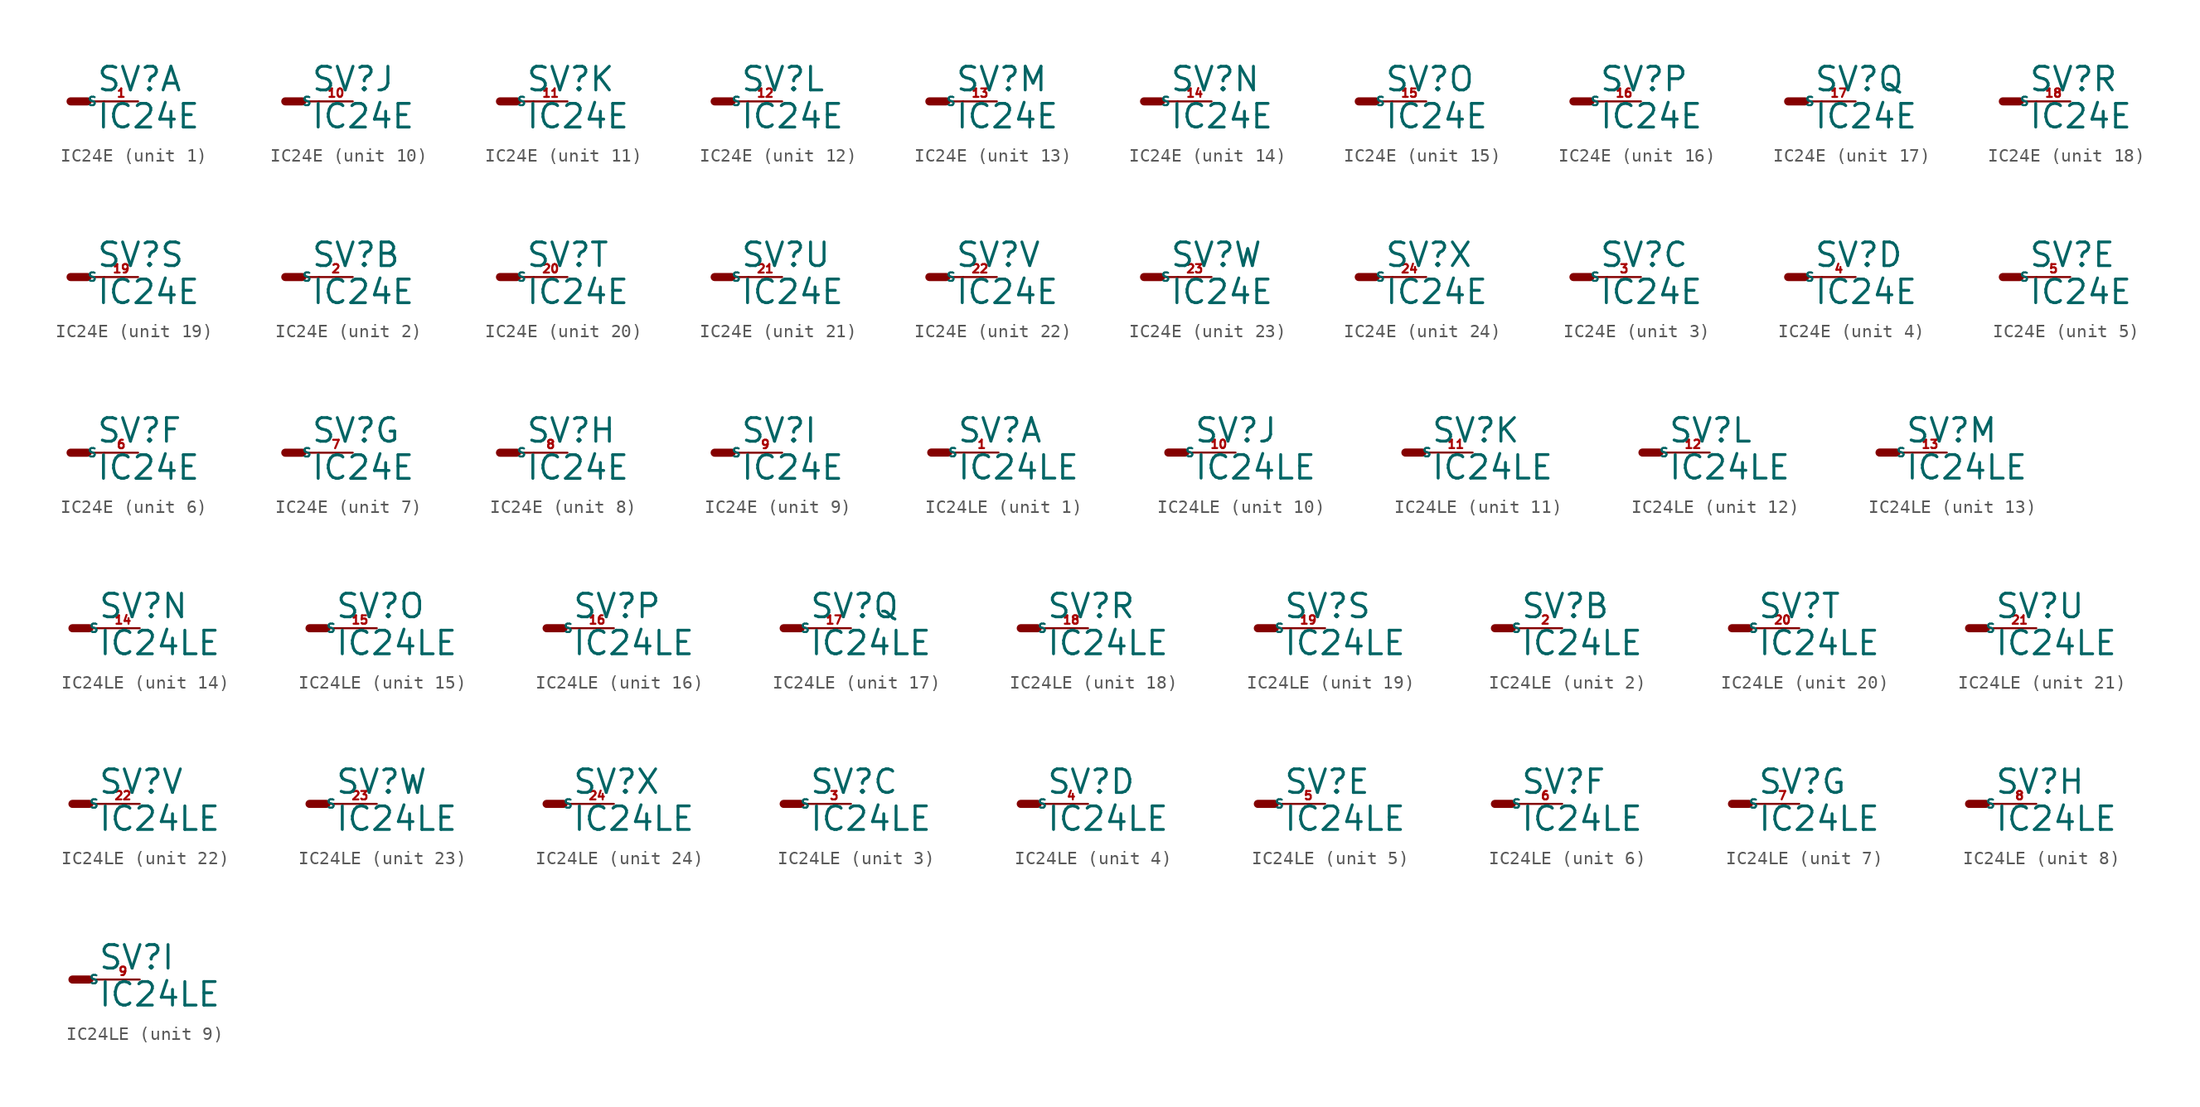
<source format=kicad_sym>
(kicad_symbol_lib
  (version 20220914)
  (generator Eagle2Kicad)
  (symbol "IC24E"
    (property "Reference" "SV"
      (at 1.905 0.635 0)
      (effects (font (size 1.778 1.778) (thickness 0.22)) (justify left bottom)))
    (property "Value" "IC24E"
      (at 1.905 -2.159 0)
      (effects (font (size 1.778 1.778) (thickness 0.22)) (justify left bottom)))
    (symbol "IC24E_1_0"
      (polyline (pts (xy 0 0) (xy 1.27 0)) (stroke (width 0.61) (type default)) (fill (type none)))
      (polyline (pts (xy 2.54 0) (xy 1.27 0)) (stroke (width 0.152) (type default)) (fill (type none)))
      (pin passive line (at 5.08 0 180) (length 2.54) (name "S" (effects (font (size 0.635 0.635) (thickness 0.08)) (justify left bottom))) (number "1" (effects (font (size 0.635 0.635) (thickness 0.08)) (justify left bottom)))))
    (symbol "IC24E_2_0"
      (polyline (pts (xy 0 0) (xy 1.27 0)) (stroke (width 0.61) (type default)) (fill (type none)))
      (polyline (pts (xy 2.54 0) (xy 1.27 0)) (stroke (width 0.152) (type default)) (fill (type none)))
      (pin passive line (at 5.08 0 180) (length 2.54) (name "S" (effects (font (size 0.635 0.635) (thickness 0.08)) (justify left bottom))) (number "2" (effects (font (size 0.635 0.635) (thickness 0.08)) (justify left bottom)))))
    (symbol "IC24E_3_0"
      (polyline (pts (xy 0 0) (xy 1.27 0)) (stroke (width 0.61) (type default)) (fill (type none)))
      (polyline (pts (xy 2.54 0) (xy 1.27 0)) (stroke (width 0.152) (type default)) (fill (type none)))
      (pin passive line (at 5.08 0 180) (length 2.54) (name "S" (effects (font (size 0.635 0.635) (thickness 0.08)) (justify left bottom))) (number "3" (effects (font (size 0.635 0.635) (thickness 0.08)) (justify left bottom)))))
    (symbol "IC24E_4_0"
      (polyline (pts (xy 0 0) (xy 1.27 0)) (stroke (width 0.61) (type default)) (fill (type none)))
      (polyline (pts (xy 2.54 0) (xy 1.27 0)) (stroke (width 0.152) (type default)) (fill (type none)))
      (pin passive line (at 5.08 0 180) (length 2.54) (name "S" (effects (font (size 0.635 0.635) (thickness 0.08)) (justify left bottom))) (number "4" (effects (font (size 0.635 0.635) (thickness 0.08)) (justify left bottom)))))
    (symbol "IC24E_5_0"
      (polyline (pts (xy 0 0) (xy 1.27 0)) (stroke (width 0.61) (type default)) (fill (type none)))
      (polyline (pts (xy 2.54 0) (xy 1.27 0)) (stroke (width 0.152) (type default)) (fill (type none)))
      (pin passive line (at 5.08 0 180) (length 2.54) (name "S" (effects (font (size 0.635 0.635) (thickness 0.08)) (justify left bottom))) (number "5" (effects (font (size 0.635 0.635) (thickness 0.08)) (justify left bottom)))))
    (symbol "IC24E_6_0"
      (polyline (pts (xy 0 0) (xy 1.27 0)) (stroke (width 0.61) (type default)) (fill (type none)))
      (polyline (pts (xy 2.54 0) (xy 1.27 0)) (stroke (width 0.152) (type default)) (fill (type none)))
      (pin passive line (at 5.08 0 180) (length 2.54) (name "S" (effects (font (size 0.635 0.635) (thickness 0.08)) (justify left bottom))) (number "6" (effects (font (size 0.635 0.635) (thickness 0.08)) (justify left bottom)))))
    (symbol "IC24E_7_0"
      (polyline (pts (xy 0 0) (xy 1.27 0)) (stroke (width 0.61) (type default)) (fill (type none)))
      (polyline (pts (xy 2.54 0) (xy 1.27 0)) (stroke (width 0.152) (type default)) (fill (type none)))
      (pin passive line (at 5.08 0 180) (length 2.54) (name "S" (effects (font (size 0.635 0.635) (thickness 0.08)) (justify left bottom))) (number "7" (effects (font (size 0.635 0.635) (thickness 0.08)) (justify left bottom)))))
    (symbol "IC24E_8_0"
      (polyline (pts (xy 0 0) (xy 1.27 0)) (stroke (width 0.61) (type default)) (fill (type none)))
      (polyline (pts (xy 2.54 0) (xy 1.27 0)) (stroke (width 0.152) (type default)) (fill (type none)))
      (pin passive line (at 5.08 0 180) (length 2.54) (name "S" (effects (font (size 0.635 0.635) (thickness 0.08)) (justify left bottom))) (number "8" (effects (font (size 0.635 0.635) (thickness 0.08)) (justify left bottom)))))
    (symbol "IC24E_9_0"
      (polyline (pts (xy 0 0) (xy 1.27 0)) (stroke (width 0.61) (type default)) (fill (type none)))
      (polyline (pts (xy 2.54 0) (xy 1.27 0)) (stroke (width 0.152) (type default)) (fill (type none)))
      (pin passive line (at 5.08 0 180) (length 2.54) (name "S" (effects (font (size 0.635 0.635) (thickness 0.08)) (justify left bottom))) (number "9" (effects (font (size 0.635 0.635) (thickness 0.08)) (justify left bottom)))))
    (symbol "IC24E_10_0"
      (polyline (pts (xy 0 0) (xy 1.27 0)) (stroke (width 0.61) (type default)) (fill (type none)))
      (polyline (pts (xy 2.54 0) (xy 1.27 0)) (stroke (width 0.152) (type default)) (fill (type none)))
      (pin passive line (at 5.08 0 180) (length 2.54) (name "S" (effects (font (size 0.635 0.635) (thickness 0.08)) (justify left bottom))) (number "10" (effects (font (size 0.635 0.635) (thickness 0.08)) (justify left bottom)))))
    (symbol "IC24E_11_0"
      (polyline (pts (xy 0 0) (xy 1.27 0)) (stroke (width 0.61) (type default)) (fill (type none)))
      (polyline (pts (xy 2.54 0) (xy 1.27 0)) (stroke (width 0.152) (type default)) (fill (type none)))
      (pin passive line (at 5.08 0 180) (length 2.54) (name "S" (effects (font (size 0.635 0.635) (thickness 0.08)) (justify left bottom))) (number "11" (effects (font (size 0.635 0.635) (thickness 0.08)) (justify left bottom)))))
    (symbol "IC24E_12_0"
      (polyline (pts (xy 0 0) (xy 1.27 0)) (stroke (width 0.61) (type default)) (fill (type none)))
      (polyline (pts (xy 2.54 0) (xy 1.27 0)) (stroke (width 0.152) (type default)) (fill (type none)))
      (pin passive line (at 5.08 0 180) (length 2.54) (name "S" (effects (font (size 0.635 0.635) (thickness 0.08)) (justify left bottom))) (number "12" (effects (font (size 0.635 0.635) (thickness 0.08)) (justify left bottom)))))
    (symbol "IC24E_13_0"
      (polyline (pts (xy 0 0) (xy 1.27 0)) (stroke (width 0.61) (type default)) (fill (type none)))
      (polyline (pts (xy 2.54 0) (xy 1.27 0)) (stroke (width 0.152) (type default)) (fill (type none)))
      (pin passive line (at 5.08 0 180) (length 2.54) (name "S" (effects (font (size 0.635 0.635) (thickness 0.08)) (justify left bottom))) (number "13" (effects (font (size 0.635 0.635) (thickness 0.08)) (justify left bottom)))))
    (symbol "IC24E_14_0"
      (polyline (pts (xy 0 0) (xy 1.27 0)) (stroke (width 0.61) (type default)) (fill (type none)))
      (polyline (pts (xy 2.54 0) (xy 1.27 0)) (stroke (width 0.152) (type default)) (fill (type none)))
      (pin passive line (at 5.08 0 180) (length 2.54) (name "S" (effects (font (size 0.635 0.635) (thickness 0.08)) (justify left bottom))) (number "14" (effects (font (size 0.635 0.635) (thickness 0.08)) (justify left bottom)))))
    (symbol "IC24E_15_0"
      (polyline (pts (xy 0 0) (xy 1.27 0)) (stroke (width 0.61) (type default)) (fill (type none)))
      (polyline (pts (xy 2.54 0) (xy 1.27 0)) (stroke (width 0.152) (type default)) (fill (type none)))
      (pin passive line (at 5.08 0 180) (length 2.54) (name "S" (effects (font (size 0.635 0.635) (thickness 0.08)) (justify left bottom))) (number "15" (effects (font (size 0.635 0.635) (thickness 0.08)) (justify left bottom)))))
    (symbol "IC24E_16_0"
      (polyline (pts (xy 0 0) (xy 1.27 0)) (stroke (width 0.61) (type default)) (fill (type none)))
      (polyline (pts (xy 2.54 0) (xy 1.27 0)) (stroke (width 0.152) (type default)) (fill (type none)))
      (pin passive line (at 5.08 0 180) (length 2.54) (name "S" (effects (font (size 0.635 0.635) (thickness 0.08)) (justify left bottom))) (number "16" (effects (font (size 0.635 0.635) (thickness 0.08)) (justify left bottom)))))
    (symbol "IC24E_17_0"
      (polyline (pts (xy 0 0) (xy 1.27 0)) (stroke (width 0.61) (type default)) (fill (type none)))
      (polyline (pts (xy 2.54 0) (xy 1.27 0)) (stroke (width 0.152) (type default)) (fill (type none)))
      (pin passive line (at 5.08 0 180) (length 2.54) (name "S" (effects (font (size 0.635 0.635) (thickness 0.08)) (justify left bottom))) (number "17" (effects (font (size 0.635 0.635) (thickness 0.08)) (justify left bottom)))))
    (symbol "IC24E_18_0"
      (polyline (pts (xy 0 0) (xy 1.27 0)) (stroke (width 0.61) (type default)) (fill (type none)))
      (polyline (pts (xy 2.54 0) (xy 1.27 0)) (stroke (width 0.152) (type default)) (fill (type none)))
      (pin passive line (at 5.08 0 180) (length 2.54) (name "S" (effects (font (size 0.635 0.635) (thickness 0.08)) (justify left bottom))) (number "18" (effects (font (size 0.635 0.635) (thickness 0.08)) (justify left bottom)))))
    (symbol "IC24E_19_0"
      (polyline (pts (xy 0 0) (xy 1.27 0)) (stroke (width 0.61) (type default)) (fill (type none)))
      (polyline (pts (xy 2.54 0) (xy 1.27 0)) (stroke (width 0.152) (type default)) (fill (type none)))
      (pin passive line (at 5.08 0 180) (length 2.54) (name "S" (effects (font (size 0.635 0.635) (thickness 0.08)) (justify left bottom))) (number "19" (effects (font (size 0.635 0.635) (thickness 0.08)) (justify left bottom)))))
    (symbol "IC24E_20_0"
      (polyline (pts (xy 0 0) (xy 1.27 0)) (stroke (width 0.61) (type default)) (fill (type none)))
      (polyline (pts (xy 2.54 0) (xy 1.27 0)) (stroke (width 0.152) (type default)) (fill (type none)))
      (pin passive line (at 5.08 0 180) (length 2.54) (name "S" (effects (font (size 0.635 0.635) (thickness 0.08)) (justify left bottom))) (number "20" (effects (font (size 0.635 0.635) (thickness 0.08)) (justify left bottom)))))
    (symbol "IC24E_21_0"
      (polyline (pts (xy 0 0) (xy 1.27 0)) (stroke (width 0.61) (type default)) (fill (type none)))
      (polyline (pts (xy 2.54 0) (xy 1.27 0)) (stroke (width 0.152) (type default)) (fill (type none)))
      (pin passive line (at 5.08 0 180) (length 2.54) (name "S" (effects (font (size 0.635 0.635) (thickness 0.08)) (justify left bottom))) (number "21" (effects (font (size 0.635 0.635) (thickness 0.08)) (justify left bottom)))))
    (symbol "IC24E_22_0"
      (polyline (pts (xy 0 0) (xy 1.27 0)) (stroke (width 0.61) (type default)) (fill (type none)))
      (polyline (pts (xy 2.54 0) (xy 1.27 0)) (stroke (width 0.152) (type default)) (fill (type none)))
      (pin passive line (at 5.08 0 180) (length 2.54) (name "S" (effects (font (size 0.635 0.635) (thickness 0.08)) (justify left bottom))) (number "22" (effects (font (size 0.635 0.635) (thickness 0.08)) (justify left bottom)))))
    (symbol "IC24E_23_0"
      (polyline (pts (xy 0 0) (xy 1.27 0)) (stroke (width 0.61) (type default)) (fill (type none)))
      (polyline (pts (xy 2.54 0) (xy 1.27 0)) (stroke (width 0.152) (type default)) (fill (type none)))
      (pin passive line (at 5.08 0 180) (length 2.54) (name "S" (effects (font (size 0.635 0.635) (thickness 0.08)) (justify left bottom))) (number "23" (effects (font (size 0.635 0.635) (thickness 0.08)) (justify left bottom)))))
    (symbol "IC24E_24_0"
      (polyline (pts (xy 0 0) (xy 1.27 0)) (stroke (width 0.61) (type default)) (fill (type none)))
      (polyline (pts (xy 2.54 0) (xy 1.27 0)) (stroke (width 0.152) (type default)) (fill (type none)))
      (pin passive line (at 5.08 0 180) (length 2.54) (name "S" (effects (font (size 0.635 0.635) (thickness 0.08)) (justify left bottom))) (number "24" (effects (font (size 0.635 0.635) (thickness 0.08)) (justify left bottom))))))
  (symbol "IC24LE"
    (property "Reference" "SV"
      (at 1.905 0.635 0)
      (effects (font (size 1.778 1.778) (thickness 0.22)) (justify left bottom)))
    (property "Value" "IC24LE"
      (at 1.905 -2.159 0)
      (effects (font (size 1.778 1.778) (thickness 0.22)) (justify left bottom)))
    (symbol "IC24LE_1_0"
      (polyline (pts (xy 0 0) (xy 1.27 0)) (stroke (width 0.61) (type default)) (fill (type none)))
      (polyline (pts (xy 2.54 0) (xy 1.27 0)) (stroke (width 0.152) (type default)) (fill (type none)))
      (pin passive line (at 5.08 0 180) (length 2.54) (name "S" (effects (font (size 0.635 0.635) (thickness 0.08)) (justify left bottom))) (number "1" (effects (font (size 0.635 0.635) (thickness 0.08)) (justify left bottom)))))
    (symbol "IC24LE_2_0"
      (polyline (pts (xy 0 0) (xy 1.27 0)) (stroke (width 0.61) (type default)) (fill (type none)))
      (polyline (pts (xy 2.54 0) (xy 1.27 0)) (stroke (width 0.152) (type default)) (fill (type none)))
      (pin passive line (at 5.08 0 180) (length 2.54) (name "S" (effects (font (size 0.635 0.635) (thickness 0.08)) (justify left bottom))) (number "2" (effects (font (size 0.635 0.635) (thickness 0.08)) (justify left bottom)))))
    (symbol "IC24LE_3_0"
      (polyline (pts (xy 0 0) (xy 1.27 0)) (stroke (width 0.61) (type default)) (fill (type none)))
      (polyline (pts (xy 2.54 0) (xy 1.27 0)) (stroke (width 0.152) (type default)) (fill (type none)))
      (pin passive line (at 5.08 0 180) (length 2.54) (name "S" (effects (font (size 0.635 0.635) (thickness 0.08)) (justify left bottom))) (number "3" (effects (font (size 0.635 0.635) (thickness 0.08)) (justify left bottom)))))
    (symbol "IC24LE_4_0"
      (polyline (pts (xy 0 0) (xy 1.27 0)) (stroke (width 0.61) (type default)) (fill (type none)))
      (polyline (pts (xy 2.54 0) (xy 1.27 0)) (stroke (width 0.152) (type default)) (fill (type none)))
      (pin passive line (at 5.08 0 180) (length 2.54) (name "S" (effects (font (size 0.635 0.635) (thickness 0.08)) (justify left bottom))) (number "4" (effects (font (size 0.635 0.635) (thickness 0.08)) (justify left bottom)))))
    (symbol "IC24LE_5_0"
      (polyline (pts (xy 0 0) (xy 1.27 0)) (stroke (width 0.61) (type default)) (fill (type none)))
      (polyline (pts (xy 2.54 0) (xy 1.27 0)) (stroke (width 0.152) (type default)) (fill (type none)))
      (pin passive line (at 5.08 0 180) (length 2.54) (name "S" (effects (font (size 0.635 0.635) (thickness 0.08)) (justify left bottom))) (number "5" (effects (font (size 0.635 0.635) (thickness 0.08)) (justify left bottom)))))
    (symbol "IC24LE_6_0"
      (polyline (pts (xy 0 0) (xy 1.27 0)) (stroke (width 0.61) (type default)) (fill (type none)))
      (polyline (pts (xy 2.54 0) (xy 1.27 0)) (stroke (width 0.152) (type default)) (fill (type none)))
      (pin passive line (at 5.08 0 180) (length 2.54) (name "S" (effects (font (size 0.635 0.635) (thickness 0.08)) (justify left bottom))) (number "6" (effects (font (size 0.635 0.635) (thickness 0.08)) (justify left bottom)))))
    (symbol "IC24LE_7_0"
      (polyline (pts (xy 0 0) (xy 1.27 0)) (stroke (width 0.61) (type default)) (fill (type none)))
      (polyline (pts (xy 2.54 0) (xy 1.27 0)) (stroke (width 0.152) (type default)) (fill (type none)))
      (pin passive line (at 5.08 0 180) (length 2.54) (name "S" (effects (font (size 0.635 0.635) (thickness 0.08)) (justify left bottom))) (number "7" (effects (font (size 0.635 0.635) (thickness 0.08)) (justify left bottom)))))
    (symbol "IC24LE_8_0"
      (polyline (pts (xy 0 0) (xy 1.27 0)) (stroke (width 0.61) (type default)) (fill (type none)))
      (polyline (pts (xy 2.54 0) (xy 1.27 0)) (stroke (width 0.152) (type default)) (fill (type none)))
      (pin passive line (at 5.08 0 180) (length 2.54) (name "S" (effects (font (size 0.635 0.635) (thickness 0.08)) (justify left bottom))) (number "8" (effects (font (size 0.635 0.635) (thickness 0.08)) (justify left bottom)))))
    (symbol "IC24LE_9_0"
      (polyline (pts (xy 0 0) (xy 1.27 0)) (stroke (width 0.61) (type default)) (fill (type none)))
      (polyline (pts (xy 2.54 0) (xy 1.27 0)) (stroke (width 0.152) (type default)) (fill (type none)))
      (pin passive line (at 5.08 0 180) (length 2.54) (name "S" (effects (font (size 0.635 0.635) (thickness 0.08)) (justify left bottom))) (number "9" (effects (font (size 0.635 0.635) (thickness 0.08)) (justify left bottom)))))
    (symbol "IC24LE_10_0"
      (polyline (pts (xy 0 0) (xy 1.27 0)) (stroke (width 0.61) (type default)) (fill (type none)))
      (polyline (pts (xy 2.54 0) (xy 1.27 0)) (stroke (width 0.152) (type default)) (fill (type none)))
      (pin passive line (at 5.08 0 180) (length 2.54) (name "S" (effects (font (size 0.635 0.635) (thickness 0.08)) (justify left bottom))) (number "10" (effects (font (size 0.635 0.635) (thickness 0.08)) (justify left bottom)))))
    (symbol "IC24LE_11_0"
      (polyline (pts (xy 0 0) (xy 1.27 0)) (stroke (width 0.61) (type default)) (fill (type none)))
      (polyline (pts (xy 2.54 0) (xy 1.27 0)) (stroke (width 0.152) (type default)) (fill (type none)))
      (pin passive line (at 5.08 0 180) (length 2.54) (name "S" (effects (font (size 0.635 0.635) (thickness 0.08)) (justify left bottom))) (number "11" (effects (font (size 0.635 0.635) (thickness 0.08)) (justify left bottom)))))
    (symbol "IC24LE_12_0"
      (polyline (pts (xy 0 0) (xy 1.27 0)) (stroke (width 0.61) (type default)) (fill (type none)))
      (polyline (pts (xy 2.54 0) (xy 1.27 0)) (stroke (width 0.152) (type default)) (fill (type none)))
      (pin passive line (at 5.08 0 180) (length 2.54) (name "S" (effects (font (size 0.635 0.635) (thickness 0.08)) (justify left bottom))) (number "12" (effects (font (size 0.635 0.635) (thickness 0.08)) (justify left bottom)))))
    (symbol "IC24LE_13_0"
      (polyline (pts (xy 0 0) (xy 1.27 0)) (stroke (width 0.61) (type default)) (fill (type none)))
      (polyline (pts (xy 2.54 0) (xy 1.27 0)) (stroke (width 0.152) (type default)) (fill (type none)))
      (pin passive line (at 5.08 0 180) (length 2.54) (name "S" (effects (font (size 0.635 0.635) (thickness 0.08)) (justify left bottom))) (number "13" (effects (font (size 0.635 0.635) (thickness 0.08)) (justify left bottom)))))
    (symbol "IC24LE_14_0"
      (polyline (pts (xy 0 0) (xy 1.27 0)) (stroke (width 0.61) (type default)) (fill (type none)))
      (polyline (pts (xy 2.54 0) (xy 1.27 0)) (stroke (width 0.152) (type default)) (fill (type none)))
      (pin passive line (at 5.08 0 180) (length 2.54) (name "S" (effects (font (size 0.635 0.635) (thickness 0.08)) (justify left bottom))) (number "14" (effects (font (size 0.635 0.635) (thickness 0.08)) (justify left bottom)))))
    (symbol "IC24LE_15_0"
      (polyline (pts (xy 0 0) (xy 1.27 0)) (stroke (width 0.61) (type default)) (fill (type none)))
      (polyline (pts (xy 2.54 0) (xy 1.27 0)) (stroke (width 0.152) (type default)) (fill (type none)))
      (pin passive line (at 5.08 0 180) (length 2.54) (name "S" (effects (font (size 0.635 0.635) (thickness 0.08)) (justify left bottom))) (number "15" (effects (font (size 0.635 0.635) (thickness 0.08)) (justify left bottom)))))
    (symbol "IC24LE_16_0"
      (polyline (pts (xy 0 0) (xy 1.27 0)) (stroke (width 0.61) (type default)) (fill (type none)))
      (polyline (pts (xy 2.54 0) (xy 1.27 0)) (stroke (width 0.152) (type default)) (fill (type none)))
      (pin passive line (at 5.08 0 180) (length 2.54) (name "S" (effects (font (size 0.635 0.635) (thickness 0.08)) (justify left bottom))) (number "16" (effects (font (size 0.635 0.635) (thickness 0.08)) (justify left bottom)))))
    (symbol "IC24LE_17_0"
      (polyline (pts (xy 0 0) (xy 1.27 0)) (stroke (width 0.61) (type default)) (fill (type none)))
      (polyline (pts (xy 2.54 0) (xy 1.27 0)) (stroke (width 0.152) (type default)) (fill (type none)))
      (pin passive line (at 5.08 0 180) (length 2.54) (name "S" (effects (font (size 0.635 0.635) (thickness 0.08)) (justify left bottom))) (number "17" (effects (font (size 0.635 0.635) (thickness 0.08)) (justify left bottom)))))
    (symbol "IC24LE_18_0"
      (polyline (pts (xy 0 0) (xy 1.27 0)) (stroke (width 0.61) (type default)) (fill (type none)))
      (polyline (pts (xy 2.54 0) (xy 1.27 0)) (stroke (width 0.152) (type default)) (fill (type none)))
      (pin passive line (at 5.08 0 180) (length 2.54) (name "S" (effects (font (size 0.635 0.635) (thickness 0.08)) (justify left bottom))) (number "18" (effects (font (size 0.635 0.635) (thickness 0.08)) (justify left bottom)))))
    (symbol "IC24LE_19_0"
      (polyline (pts (xy 0 0) (xy 1.27 0)) (stroke (width 0.61) (type default)) (fill (type none)))
      (polyline (pts (xy 2.54 0) (xy 1.27 0)) (stroke (width 0.152) (type default)) (fill (type none)))
      (pin passive line (at 5.08 0 180) (length 2.54) (name "S" (effects (font (size 0.635 0.635) (thickness 0.08)) (justify left bottom))) (number "19" (effects (font (size 0.635 0.635) (thickness 0.08)) (justify left bottom)))))
    (symbol "IC24LE_20_0"
      (polyline (pts (xy 0 0) (xy 1.27 0)) (stroke (width 0.61) (type default)) (fill (type none)))
      (polyline (pts (xy 2.54 0) (xy 1.27 0)) (stroke (width 0.152) (type default)) (fill (type none)))
      (pin passive line (at 5.08 0 180) (length 2.54) (name "S" (effects (font (size 0.635 0.635) (thickness 0.08)) (justify left bottom))) (number "20" (effects (font (size 0.635 0.635) (thickness 0.08)) (justify left bottom)))))
    (symbol "IC24LE_21_0"
      (polyline (pts (xy 0 0) (xy 1.27 0)) (stroke (width 0.61) (type default)) (fill (type none)))
      (polyline (pts (xy 2.54 0) (xy 1.27 0)) (stroke (width 0.152) (type default)) (fill (type none)))
      (pin passive line (at 5.08 0 180) (length 2.54) (name "S" (effects (font (size 0.635 0.635) (thickness 0.08)) (justify left bottom))) (number "21" (effects (font (size 0.635 0.635) (thickness 0.08)) (justify left bottom)))))
    (symbol "IC24LE_22_0"
      (polyline (pts (xy 0 0) (xy 1.27 0)) (stroke (width 0.61) (type default)) (fill (type none)))
      (polyline (pts (xy 2.54 0) (xy 1.27 0)) (stroke (width 0.152) (type default)) (fill (type none)))
      (pin passive line (at 5.08 0 180) (length 2.54) (name "S" (effects (font (size 0.635 0.635) (thickness 0.08)) (justify left bottom))) (number "22" (effects (font (size 0.635 0.635) (thickness 0.08)) (justify left bottom)))))
    (symbol "IC24LE_23_0"
      (polyline (pts (xy 0 0) (xy 1.27 0)) (stroke (width 0.61) (type default)) (fill (type none)))
      (polyline (pts (xy 2.54 0) (xy 1.27 0)) (stroke (width 0.152) (type default)) (fill (type none)))
      (pin passive line (at 5.08 0 180) (length 2.54) (name "S" (effects (font (size 0.635 0.635) (thickness 0.08)) (justify left bottom))) (number "23" (effects (font (size 0.635 0.635) (thickness 0.08)) (justify left bottom)))))
    (symbol "IC24LE_24_0"
      (polyline (pts (xy 0 0) (xy 1.27 0)) (stroke (width 0.61) (type default)) (fill (type none)))
      (polyline (pts (xy 2.54 0) (xy 1.27 0)) (stroke (width 0.152) (type default)) (fill (type none)))
      (pin passive line (at 5.08 0 180) (length 2.54) (name "S" (effects (font (size 0.635 0.635) (thickness 0.08)) (justify left bottom))) (number "24" (effects (font (size 0.635 0.635) (thickness 0.08)) (justify left bottom)))))))
</source>
